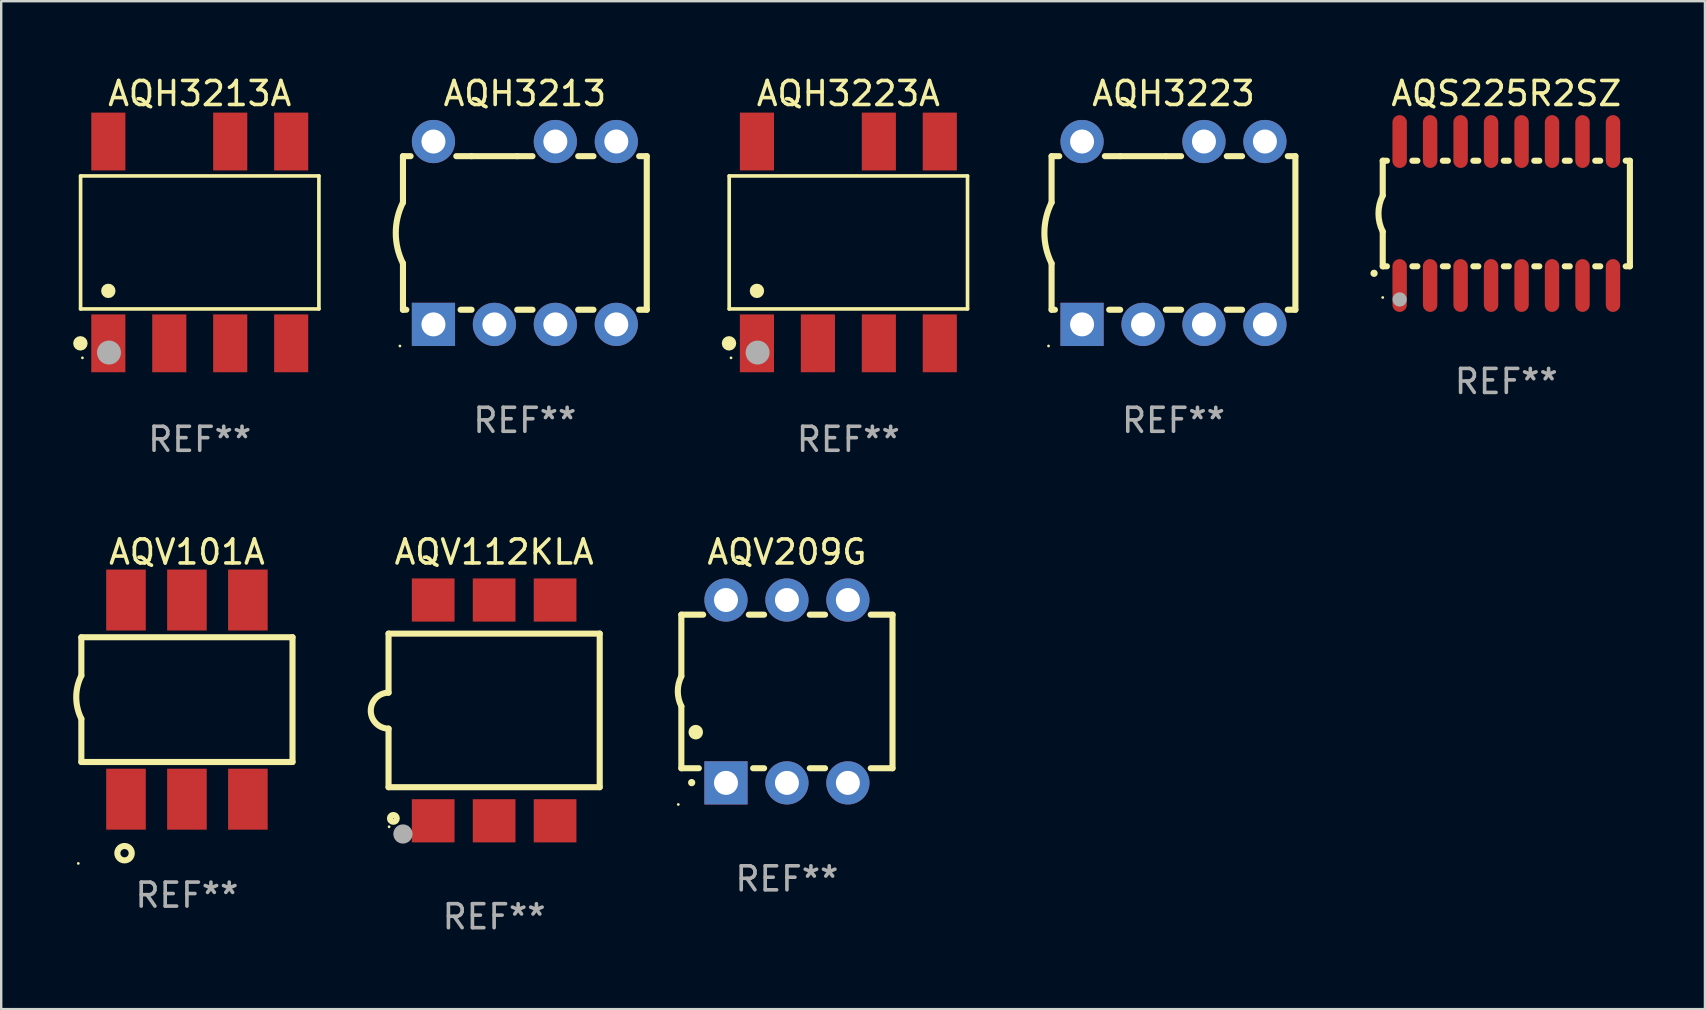
<source format=kicad_pcb>
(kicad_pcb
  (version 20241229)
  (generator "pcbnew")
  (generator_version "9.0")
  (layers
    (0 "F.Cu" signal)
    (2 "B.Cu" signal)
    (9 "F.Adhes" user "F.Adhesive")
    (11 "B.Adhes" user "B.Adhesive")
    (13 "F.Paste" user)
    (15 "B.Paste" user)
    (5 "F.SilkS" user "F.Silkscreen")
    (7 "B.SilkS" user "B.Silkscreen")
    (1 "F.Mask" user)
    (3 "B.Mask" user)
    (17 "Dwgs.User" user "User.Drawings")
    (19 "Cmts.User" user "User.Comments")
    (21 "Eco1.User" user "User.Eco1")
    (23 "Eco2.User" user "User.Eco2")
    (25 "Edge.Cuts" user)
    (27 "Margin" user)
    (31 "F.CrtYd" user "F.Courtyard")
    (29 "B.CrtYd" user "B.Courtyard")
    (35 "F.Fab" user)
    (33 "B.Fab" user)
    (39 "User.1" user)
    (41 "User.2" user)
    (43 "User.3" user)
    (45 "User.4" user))
  (footprint "AQH3213"
    (layer "F.Cu")
    (at 18.823 6.658)
    (property "Reference" "AQH3213" (at 0 -5.81 0) (layer "F.SilkS") (effects (font (size 1 1) (thickness 0.15))))
    (attr through_hole)
    (fp_line (start -5.08 -3.2) (end -4.762 -3.2) (stroke (width 0.254) (type solid)) (layer "F.SilkS"))
    (fp_line (start -5.08 -1.27) (end -5.08 -3.2) (stroke (width 0.254) (type solid)) (layer "F.SilkS"))
    (fp_line (start -5.08 3.2) (end -5.08 1.27) (stroke (width 0.254) (type solid)) (layer "F.SilkS"))
    (fp_line (start -5.08 3.2) (end -4.941 3.2) (stroke (width 0.254) (type solid)) (layer "F.SilkS"))
    (fp_line (start -2.858 -3.2) (end -2.222 -3.2) (stroke (width 0.254) (type solid)) (layer "F.SilkS"))
    (fp_line (start -2.679 3.2) (end -2.222 3.2) (stroke (width 0.254) (type solid)) (layer "F.SilkS"))
    (fp_line (start -2.222 -3.2) (end -0.318 -3.2) (stroke (width 0.254) (type solid)) (layer "F.SilkS"))
    (fp_line (start -0.318 -3.2) (end 0.318 -3.2) (stroke (width 0.254) (type solid)) (layer "F.SilkS"))
    (fp_line (start -0.318 3.2) (end 0.318 3.2) (stroke (width 0.254) (type solid)) (layer "F.SilkS"))
    (fp_line (start 2.222 -3.2) (end 2.858 -3.2) (stroke (width 0.254) (type solid)) (layer "F.SilkS"))
    (fp_line (start 2.222 3.2) (end 2.858 3.2) (stroke (width 0.254) (type solid)) (layer "F.SilkS"))
    (fp_line (start 4.762 -3.2) (end 5.08 -3.2) (stroke (width 0.254) (type solid)) (layer "F.SilkS"))
    (fp_line (start 4.762 3.2) (end 5.08 3.2) (stroke (width 0.254) (type solid)) (layer "F.SilkS"))
    (fp_line (start 5.08 3.2) (end 5.08 -3.2) (stroke (width 0.254) (type solid)) (layer "F.SilkS"))
    (fp_arc (start -5.080011 1.270002) (mid -5.379818 -0.000001) (end -5.08001 -1.270003) (stroke (width 0.254001) (type solid)) (layer "F.SilkS"))
    (fp_circle (center -5.207 4.71) (end -5.177 4.71) (stroke (width 0.06) (type solid)) (fill no) (layer "F.SilkS"))
    (fp_text user "REF**" (at 0 7.81 0) (layer "F.Fab") (effects (font (size 1 1) (thickness 0.15))))
    (pad "1" thru_hole rect (at -3.81 3.81) (size 1.8 1.8) (drill 1) (layers "*.Cu" "*.Mask"))
    (pad "2" thru_hole circle (at -1.27 3.81) (size 1.8 1.8) (drill 1) (layers "*.Cu" "*.Mask"))
    (pad "3" thru_hole circle (at 1.27 3.81) (size 1.8 1.8) (drill 1) (layers "*.Cu" "*.Mask"))
    (pad "4" thru_hole circle (at 3.81 3.81) (size 1.8 1.8) (drill 1) (layers "*.Cu" "*.Mask"))
    (pad "5" thru_hole circle (at 3.81 -3.81) (size 1.8 1.8) (drill 1) (layers "*.Cu" "*.Mask"))
    (pad "6" thru_hole circle (at 1.27 -3.81) (size 1.8 1.8) (drill 1) (layers "*.Cu" "*.Mask"))
    (pad "8" thru_hole circle (at -3.81 -3.81) (size 1.8 1.8) (drill 1) (layers "*.Cu" "*.Mask")))
  (footprint "AQH3223"
    (layer "F.Cu")
    (at 45.853 6.658)
    (property "Reference" "AQH3223" (at 0 -5.81 0) (layer "F.SilkS") (effects (font (size 1 1) (thickness 0.15))))
    (attr through_hole)
    (fp_line (start -5.08 -3.2) (end -4.762 -3.2) (stroke (width 0.254) (type solid)) (layer "F.SilkS"))
    (fp_line (start -5.08 -1.27) (end -5.08 -3.2) (stroke (width 0.254) (type solid)) (layer "F.SilkS"))
    (fp_line (start -5.08 3.2) (end -5.08 1.27) (stroke (width 0.254) (type solid)) (layer "F.SilkS"))
    (fp_line (start -5.08 3.2) (end -4.941 3.2) (stroke (width 0.254) (type solid)) (layer "F.SilkS"))
    (fp_line (start -2.858 -3.2) (end -2.222 -3.2) (stroke (width 0.254) (type solid)) (layer "F.SilkS"))
    (fp_line (start -2.679 3.2) (end -2.222 3.2) (stroke (width 0.254) (type solid)) (layer "F.SilkS"))
    (fp_line (start -2.222 -3.2) (end -0.318 -3.2) (stroke (width 0.254) (type solid)) (layer "F.SilkS"))
    (fp_line (start -0.318 -3.2) (end 0.318 -3.2) (stroke (width 0.254) (type solid)) (layer "F.SilkS"))
    (fp_line (start -0.318 3.2) (end 0.318 3.2) (stroke (width 0.254) (type solid)) (layer "F.SilkS"))
    (fp_line (start 2.222 -3.2) (end 2.858 -3.2) (stroke (width 0.254) (type solid)) (layer "F.SilkS"))
    (fp_line (start 2.222 3.2) (end 2.858 3.2) (stroke (width 0.254) (type solid)) (layer "F.SilkS"))
    (fp_line (start 4.762 -3.2) (end 5.08 -3.2) (stroke (width 0.254) (type solid)) (layer "F.SilkS"))
    (fp_line (start 4.762 3.2) (end 5.08 3.2) (stroke (width 0.254) (type solid)) (layer "F.SilkS"))
    (fp_line (start 5.08 3.2) (end 5.08 -3.2) (stroke (width 0.254) (type solid)) (layer "F.SilkS"))
    (fp_arc (start -5.080011 1.270002) (mid -5.379818 -0.000001) (end -5.08001 -1.270003) (stroke (width 0.254001) (type solid)) (layer "F.SilkS"))
    (fp_circle (center -5.207 4.71) (end -5.177 4.71) (stroke (width 0.06) (type solid)) (fill no) (layer "F.SilkS"))
    (fp_text user "REF**" (at 0 7.81 0) (layer "F.Fab") (effects (font (size 1 1) (thickness 0.15))))
    (pad "1" thru_hole rect (at -3.81 3.81) (size 1.8 1.8) (drill 1) (layers "*.Cu" "*.Mask"))
    (pad "2" thru_hole circle (at -1.27 3.81) (size 1.8 1.8) (drill 1) (layers "*.Cu" "*.Mask"))
    (pad "3" thru_hole circle (at 1.27 3.81) (size 1.8 1.8) (drill 1) (layers "*.Cu" "*.Mask"))
    (pad "4" thru_hole circle (at 3.81 3.81) (size 1.8 1.8) (drill 1) (layers "*.Cu" "*.Mask"))
    (pad "5" thru_hole circle (at 3.81 -3.81) (size 1.8 1.8) (drill 1) (layers "*.Cu" "*.Mask"))
    (pad "6" thru_hole circle (at 1.27 -3.81) (size 1.8 1.8) (drill 1) (layers "*.Cu" "*.Mask"))
    (pad "8" thru_hole circle (at -3.81 -3.81) (size 1.8 1.8) (drill 1) (layers "*.Cu" "*.Mask")))
  (footprint "AQV112KLA"
    (layer "F.Cu")
    (at 17.542 26.555)
    (property "Reference" "AQV112KLA" (at 0 -6.6 0) (layer "F.SilkS") (effects (font (size 1 1) (thickness 0.15))))
    (attr through_hole)
    (fp_line (start -4.4 -3.2) (end 4.4 -3.2) (stroke (width 0.254) (type solid)) (layer "F.SilkS"))
    (fp_line (start -4.4 -0.74) (end -4.4 -3.2) (stroke (width 0.254) (type solid)) (layer "F.SilkS"))
    (fp_line (start -4.4 3.2) (end -4.4 0.76) (stroke (width 0.254) (type solid)) (layer "F.SilkS"))
    (fp_line (start 4.4 -3.2) (end 4.4 3.2) (stroke (width 0.254) (type solid)) (layer "F.SilkS"))
    (fp_line (start 4.4 3.2) (end -4.4 3.2) (stroke (width 0.254) (type solid)) (layer "F.SilkS"))
    (fp_arc (start -4.4 0.76002) (mid -5.148869 0.010084) (end -4.399289 -0.73914) (stroke (width 0.254001) (type solid)) (layer "F.SilkS"))
    (fp_circle (center -4.377 4.85) (end -4.347 4.85) (stroke (width 0.06) (type solid)) (fill no) (layer "F.SilkS"))
    (fp_circle (center -4.2 4.5) (end -4.058 4.5) (stroke (width 0.254) (type solid)) (fill no) (layer "F.SilkS"))
    (fp_circle (center -3.8 5.15) (end -3.6 5.15) (stroke (width 0.4) (type solid)) (fill no) (layer "F.Fab"))
    (fp_text user "REF**" (at 0 8.6 0) (layer "F.Fab") (effects (font (size 1 1) (thickness 0.15))))
    (pad "1" smd rect (at -2.54 4.6) (size 1.78 1.8) (layers "F.Cu" "F.Mask" "F.Paste"))
    (pad "2" smd rect (at 0 4.6) (size 1.78 1.8) (layers "F.Cu" "F.Mask" "F.Paste"))
    (pad "3" smd rect (at 2.54 4.6) (size 1.78 1.8) (layers "F.Cu" "F.Mask" "F.Paste"))
    (pad "4" smd rect (at 2.54 -4.6) (size 1.78 1.8) (layers "F.Cu" "F.Mask" "F.Paste"))
    (pad "5" smd rect (at 0 -4.6) (size 1.78 1.8) (layers "F.Cu" "F.Mask" "F.Paste"))
    (pad "6" smd rect (at -2.54 -4.6) (size 1.78 1.8) (layers "F.Cu" "F.Mask" "F.Paste")))
  (footprint "AQH3223A"
    (layer "F.Cu")
    (at 32.304 7.053)
    (property "Reference" "AQH3223A" (at 0 -6.205 0) (layer "F.SilkS") (effects (font (size 1 1) (thickness 0.15))))
    (attr through_hole)
    (fp_line (start -4.966 -2.771) (end 4.966 -2.771) (stroke (width 0.152) (type solid)) (layer "F.SilkS"))
    (fp_line (start -4.966 2.771) (end -4.966 -2.771) (stroke (width 0.152) (type solid)) (layer "F.SilkS"))
    (fp_line (start 4.966 -2.771) (end 4.966 2.771) (stroke (width 0.152) (type solid)) (layer "F.SilkS"))
    (fp_line (start 4.966 2.771) (end -4.966 2.771) (stroke (width 0.152) (type solid)) (layer "F.SilkS"))
    (fp_circle (center -4.974 4.205) (end -4.823 4.205) (stroke (width 0.3) (type solid)) (fill no) (layer "F.SilkS"))
    (fp_circle (center -4.89 4.81) (end -4.86 4.81) (stroke (width 0.06) (type solid)) (fill no) (layer "F.SilkS"))
    (fp_circle (center -3.81 2.019) (end -3.66 2.019) (stroke (width 0.3) (type solid)) (fill no) (layer "F.SilkS"))
    (fp_circle (center -3.782 4.589) (end -3.532 4.589) (stroke (width 0.5) (type solid)) (fill no) (layer "F.Fab"))
    (fp_text user "REF**" (at 0 8.205 0) (layer "F.Fab") (effects (font (size 1 1) (thickness 0.15))))
    (pad "1" smd rect (at -3.81 4.205) (size 1.422 2.41) (layers "F.Cu" "F.Mask" "F.Paste"))
    (pad "2" smd rect (at -1.27 4.205) (size 1.422 2.41) (layers "F.Cu" "F.Mask" "F.Paste"))
    (pad "3" smd rect (at 1.27 4.205) (size 1.422 2.41) (layers "F.Cu" "F.Mask" "F.Paste"))
    (pad "4" smd rect (at 3.81 4.205) (size 1.422 2.41) (layers "F.Cu" "F.Mask" "F.Paste"))
    (pad "5" smd rect (at 3.81 -4.205) (size 1.422 2.41) (layers "F.Cu" "F.Mask" "F.Paste"))
    (pad "6" smd rect (at 1.27 -4.205) (size 1.422 2.41) (layers "F.Cu" "F.Mask" "F.Paste"))
    (pad "8" smd rect (at -3.81 -4.205) (size 1.422 2.41) (layers "F.Cu" "F.Mask" "F.Paste")))
  (footprint "AQV209G"
    (layer "F.Cu")
    (at 29.744 25.765)
    (property "Reference" "AQV209G" (at 0 -5.81 0) (layer "F.SilkS") (effects (font (size 1 1) (thickness 0.15))))
    (attr through_hole)
    (fp_line (start -4.4 -3.2) (end -4.4 -0.635) (stroke (width 0.254) (type solid)) (layer "F.SilkS"))
    (fp_line (start -4.4 -3.2) (end -3.492 -3.2) (stroke (width 0.254) (type solid)) (layer "F.SilkS"))
    (fp_line (start -4.4 3.2) (end -4.4 0.619) (stroke (width 0.254) (type solid)) (layer "F.SilkS"))
    (fp_line (start -3.671 3.2) (end -4.4 3.2) (stroke (width 0.254) (type solid)) (layer "F.SilkS"))
    (fp_line (start -1.588 -3.2) (end -0.952 -3.2) (stroke (width 0.254) (type solid)) (layer "F.SilkS"))
    (fp_line (start -0.952 3.2) (end -1.409 3.2) (stroke (width 0.254) (type solid)) (layer "F.SilkS"))
    (fp_line (start 0.952 -3.2) (end 1.588 -3.2) (stroke (width 0.254) (type solid)) (layer "F.SilkS"))
    (fp_line (start 1.588 3.2) (end 0.952 3.2) (stroke (width 0.254) (type solid)) (layer "F.SilkS"))
    (fp_line (start 3.492 -3.2) (end 4.4 -3.2) (stroke (width 0.254) (type solid)) (layer "F.SilkS"))
    (fp_line (start 4.4 -3.2) (end 4.4 3.2) (stroke (width 0.254) (type solid)) (layer "F.SilkS"))
    (fp_line (start 4.4 3.2) (end 3.492 3.2) (stroke (width 0.254) (type solid)) (layer "F.SilkS"))
    (fp_arc (start -4.399288 0.619762) (mid -4.547636 -0.007536) (end -4.4 -0.635001) (stroke (width 0.254001) (type solid)) (layer "F.SilkS"))
    (fp_arc (start -3.970028 3.799848) (mid -3.970033 3.798578) (end -3.970028 3.797308) (stroke (width 0.3) (type solid)) (layer "F.SilkS"))
    (fp_arc (start -3.799848 1.699263) (mid -3.799859 1.696723) (end -3.799848 1.694183) (stroke (width 0.6) (type solid)) (layer "F.SilkS"))
    (fp_circle (center -4.527 4.71) (end -4.497 4.71) (stroke (width 0.06) (type solid)) (fill no) (layer "F.SilkS"))
    (fp_text user "REF**" (at 0 7.81 0) (layer "F.Fab") (effects (font (size 1 1) (thickness 0.15))))
    (pad "1" thru_hole rect (at -2.54 3.81 180) (size 1.8 1.8) (drill 1) (layers "*.Cu" "*.Mask"))
    (pad "2" thru_hole circle (at 0 3.81) (size 1.8 1.8) (drill 1) (layers "*.Cu" "*.Mask"))
    (pad "3" thru_hole circle (at 2.54 3.81) (size 1.8 1.8) (drill 1) (layers "*.Cu" "*.Mask"))
    (pad "4" thru_hole circle (at 2.54 -3.81) (size 1.8 1.8) (drill 1) (layers "*.Cu" "*.Mask"))
    (pad "5" thru_hole circle (at 0 -3.81) (size 1.8 1.8) (drill 1) (layers "*.Cu" "*.Mask"))
    (pad "6" thru_hole circle (at -2.54 -3.81) (size 1.8 1.8) (drill 1) (layers "*.Cu" "*.Mask")))
  (footprint "AQH3213A"
    (layer "F.Cu")
    (at 5.274 7.053)
    (property "Reference" "AQH3213A" (at 0 -6.205 0) (layer "F.SilkS") (effects (font (size 1 1) (thickness 0.15))))
    (attr through_hole)
    (fp_line (start -4.966 -2.771) (end 4.966 -2.771) (stroke (width 0.152) (type solid)) (layer "F.SilkS"))
    (fp_line (start -4.966 2.771) (end -4.966 -2.771) (stroke (width 0.152) (type solid)) (layer "F.SilkS"))
    (fp_line (start 4.966 -2.771) (end 4.966 2.771) (stroke (width 0.152) (type solid)) (layer "F.SilkS"))
    (fp_line (start 4.966 2.771) (end -4.966 2.771) (stroke (width 0.152) (type solid)) (layer "F.SilkS"))
    (fp_circle (center -4.974 4.205) (end -4.823 4.205) (stroke (width 0.3) (type solid)) (fill no) (layer "F.SilkS"))
    (fp_circle (center -4.89 4.81) (end -4.86 4.81) (stroke (width 0.06) (type solid)) (fill no) (layer "F.SilkS"))
    (fp_circle (center -3.81 2.019) (end -3.66 2.019) (stroke (width 0.3) (type solid)) (fill no) (layer "F.SilkS"))
    (fp_circle (center -3.782 4.589) (end -3.532 4.589) (stroke (width 0.5) (type solid)) (fill no) (layer "F.Fab"))
    (fp_text user "REF**" (at 0 8.205 0) (layer "F.Fab") (effects (font (size 1 1) (thickness 0.15))))
    (pad "1" smd rect (at -3.81 4.205) (size 1.422 2.41) (layers "F.Cu" "F.Mask" "F.Paste"))
    (pad "2" smd rect (at -1.27 4.205) (size 1.422 2.41) (layers "F.Cu" "F.Mask" "F.Paste"))
    (pad "3" smd rect (at 1.27 4.205) (size 1.422 2.41) (layers "F.Cu" "F.Mask" "F.Paste"))
    (pad "4" smd rect (at 3.81 4.205) (size 1.422 2.41) (layers "F.Cu" "F.Mask" "F.Paste"))
    (pad "5" smd rect (at 3.81 -4.205) (size 1.422 2.41) (layers "F.Cu" "F.Mask" "F.Paste"))
    (pad "6" smd rect (at 1.27 -4.205) (size 1.422 2.41) (layers "F.Cu" "F.Mask" "F.Paste"))
    (pad "8" smd rect (at -3.81 -4.205) (size 1.422 2.41) (layers "F.Cu" "F.Mask" "F.Paste")))
  (footprint "AQV101A"
    (layer "F.Cu")
    (at 4.74 26.105)
    (property "Reference" "AQV101A" (at 0 -6.15 0) (layer "F.SilkS") (effects (font (size 1 1) (thickness 0.15))))
    (attr through_hole)
    (fp_line (start -4.4 -2.6) (end -4.4 -1) (stroke (width 0.254) (type solid)) (layer "F.SilkS"))
    (fp_line (start -4.4 -2.6) (end 4.4 -2.6) (stroke (width 0.254) (type solid)) (layer "F.SilkS"))
    (fp_line (start -4.4 2.6) (end -4.4 0.8) (stroke (width 0.254) (type solid)) (layer "F.SilkS"))
    (fp_line (start -4.4 2.6) (end 4.4 2.6) (stroke (width 0.254) (type solid)) (layer "F.SilkS"))
    (fp_line (start 4.4 -2.6) (end 4.4 2.6) (stroke (width 0.254) (type solid)) (layer "F.SilkS"))
    (fp_arc (start -4.400318 0.79934) (mid -4.612597 -0.100366) (end -4.400013 -1) (stroke (width 0.254001) (type solid)) (layer "F.SilkS"))
    (fp_circle (center -4.527 6.827) (end -4.497 6.827) (stroke (width 0.06) (type solid)) (fill no) (layer "F.SilkS"))
    (fp_circle (center -2.6 6.4) (end -2.3 6.4) (stroke (width 0.254) (type solid)) (fill no) (layer "F.SilkS"))
    (fp_text user "REF**" (at 0 8.15 0) (layer "F.Fab") (effects (font (size 1 1) (thickness 0.15))))
    (pad "1" smd rect (at -2.54 4.15) (size 1.65 2.54) (layers "F.Cu" "F.Mask" "F.Paste"))
    (pad "2" smd rect (at -0.000013 4.15) (size 1.65 2.54) (layers "F.Cu" "F.Mask" "F.Paste"))
    (pad "3" smd rect (at 2.54 4.15) (size 1.65 2.54) (layers "F.Cu" "F.Mask" "F.Paste"))
    (pad "4" smd rect (at 2.54 -4.15) (size 1.65 2.54) (layers "F.Cu" "F.Mask" "F.Paste"))
    (pad "5" smd rect (at -0.000013 -4.15) (size 1.65 2.54) (layers "F.Cu" "F.Mask" "F.Paste"))
    (pad "6" smd rect (at -2.54 -4.15) (size 1.65 2.54) (layers "F.Cu" "F.Mask" "F.Paste")))
  (footprint "AQS225R2SZ"
    (layer "F.Cu")
    (at 59.723 5.848)
    (property "Reference" "AQS225R2SZ" (at 0 -5 0) (layer "F.SilkS") (effects (font (size 1 1) (thickness 0.15))))
    (attr through_hole)
    (fp_line (start -5.15 -2.2) (end -5.15 -0.75) (stroke (width 0.254) (type solid)) (layer "F.SilkS"))
    (fp_line (start -5.15 -2.2) (end -4.976 -2.2) (stroke (width 0.254) (type solid)) (layer "F.SilkS"))
    (fp_line (start -5.15 2.2) (end -5.15 0.75) (stroke (width 0.254) (type solid)) (layer "F.SilkS"))
    (fp_line (start -5.15 2.2) (end -4.976 2.2) (stroke (width 0.254) (type solid)) (layer "F.SilkS"))
    (fp_line (start -3.914 -2.2) (end -3.706 -2.2) (stroke (width 0.254) (type solid)) (layer "F.SilkS"))
    (fp_line (start -3.914 2.2) (end -3.706 2.2) (stroke (width 0.254) (type solid)) (layer "F.SilkS"))
    (fp_line (start -2.644 -2.2) (end -2.436 -2.2) (stroke (width 0.254) (type solid)) (layer "F.SilkS"))
    (fp_line (start -2.644 2.2) (end -2.436 2.2) (stroke (width 0.254) (type solid)) (layer "F.SilkS"))
    (fp_line (start -1.374 -2.2) (end -1.166 -2.2) (stroke (width 0.254) (type solid)) (layer "F.SilkS"))
    (fp_line (start -1.374 2.2) (end -1.166 2.2) (stroke (width 0.254) (type solid)) (layer "F.SilkS"))
    (fp_line (start -0.104 -2.2) (end 0.104 -2.2) (stroke (width 0.254) (type solid)) (layer "F.SilkS"))
    (fp_line (start -0.104 2.2) (end 0.104 2.2) (stroke (width 0.254) (type solid)) (layer "F.SilkS"))
    (fp_line (start 1.166 -2.2) (end 1.374 -2.2) (stroke (width 0.254) (type solid)) (layer "F.SilkS"))
    (fp_line (start 1.166 2.2) (end 1.374 2.2) (stroke (width 0.254) (type solid)) (layer "F.SilkS"))
    (fp_line (start 2.436 -2.2) (end 2.644 -2.2) (stroke (width 0.254) (type solid)) (layer "F.SilkS"))
    (fp_line (start 2.436 2.2) (end 2.644 2.2) (stroke (width 0.254) (type solid)) (layer "F.SilkS"))
    (fp_line (start 3.706 -2.2) (end 3.914 -2.2) (stroke (width 0.254) (type solid)) (layer "F.SilkS"))
    (fp_line (start 3.706 2.2) (end 3.914 2.2) (stroke (width 0.254) (type solid)) (layer "F.SilkS"))
    (fp_line (start 4.976 -2.2) (end 5.15 -2.2) (stroke (width 0.254) (type solid)) (layer "F.SilkS"))
    (fp_line (start 4.976 2.2) (end 5.15 2.2) (stroke (width 0.254) (type solid)) (layer "F.SilkS"))
    (fp_line (start 5.15 2.2) (end 5.15 -2.2) (stroke (width 0.254) (type solid)) (layer "F.SilkS"))
    (fp_arc (start -5.513081 2.491618) (mid -5.511811 2.491613) (end -5.510541 2.491618) (stroke (width 0.3) (type solid)) (layer "F.SilkS"))
    (fp_arc (start -5.15047 0.751207) (mid -5.327506 0.000556) (end -5.150013 -0.749987) (stroke (width 0.254001) (type solid)) (layer "F.SilkS"))
    (fp_circle (center -5.15 3.5) (end -5.12 3.5) (stroke (width 0.06) (type solid)) (fill no) (layer "F.SilkS"))
    (fp_circle (center -4.445 3.582) (end -4.295 3.582) (stroke (width 0.3) (type solid)) (fill no) (layer "F.Fab"))
    (fp_text user "REF**" (at 0 7 0) (layer "F.Fab") (effects (font (size 1 1) (thickness 0.15))))
    (pad "1" smd oval (at -4.445 3 180) (size 0.6 2.2) (layers "F.Cu" "F.Mask" "F.Paste"))
    (pad "2" smd oval (at -3.175 3 180) (size 0.6 2.2) (layers "F.Cu" "F.Mask" "F.Paste"))
    (pad "3" smd oval (at -1.905 3 180) (size 0.6 2.2) (layers "F.Cu" "F.Mask" "F.Paste"))
    (pad "4" smd oval (at -0.635 3 180) (size 0.6 2.2) (layers "F.Cu" "F.Mask" "F.Paste"))
    (pad "5" smd oval (at 0.635 3 180) (size 0.6 2.2) (layers "F.Cu" "F.Mask" "F.Paste"))
    (pad "6" smd oval (at 1.905 3 180) (size 0.6 2.2) (layers "F.Cu" "F.Mask" "F.Paste"))
    (pad "7" smd oval (at 3.175 3 180) (size 0.6 2.2) (layers "F.Cu" "F.Mask" "F.Paste"))
    (pad "8" smd oval (at 4.445 3 180) (size 0.6 2.2) (layers "F.Cu" "F.Mask" "F.Paste"))
    (pad "9" smd oval (at 4.445 -3 180) (size 0.6 2.2) (layers "F.Cu" "F.Mask" "F.Paste"))
    (pad "10" smd oval (at 3.175 -3 180) (size 0.6 2.2) (layers "F.Cu" "F.Mask" "F.Paste"))
    (pad "11" smd oval (at 1.905 -3 180) (size 0.6 2.2) (layers "F.Cu" "F.Mask" "F.Paste"))
    (pad "12" smd oval (at 0.635 -3 180) (size 0.6 2.2) (layers "F.Cu" "F.Mask" "F.Paste"))
    (pad "13" smd oval (at -0.635 -3 180) (size 0.6 2.2) (layers "F.Cu" "F.Mask" "F.Paste"))
    (pad "14" smd oval (at -1.905 -3 180) (size 0.6 2.2) (layers "F.Cu" "F.Mask" "F.Paste"))
    (pad "15" smd oval (at -3.175 -3 180) (size 0.6 2.2) (layers "F.Cu" "F.Mask" "F.Paste"))
    (pad "16" smd oval (at -4.445 -3 180) (size 0.6 2.2) (layers "F.Cu" "F.Mask" "F.Paste")))
  (gr_rect
    (start -3 -3)
    (end 68 39.003)
    (stroke (width 0.1) (type default))
    (fill no)
    (layer "Edge.Cuts")))
</source>
